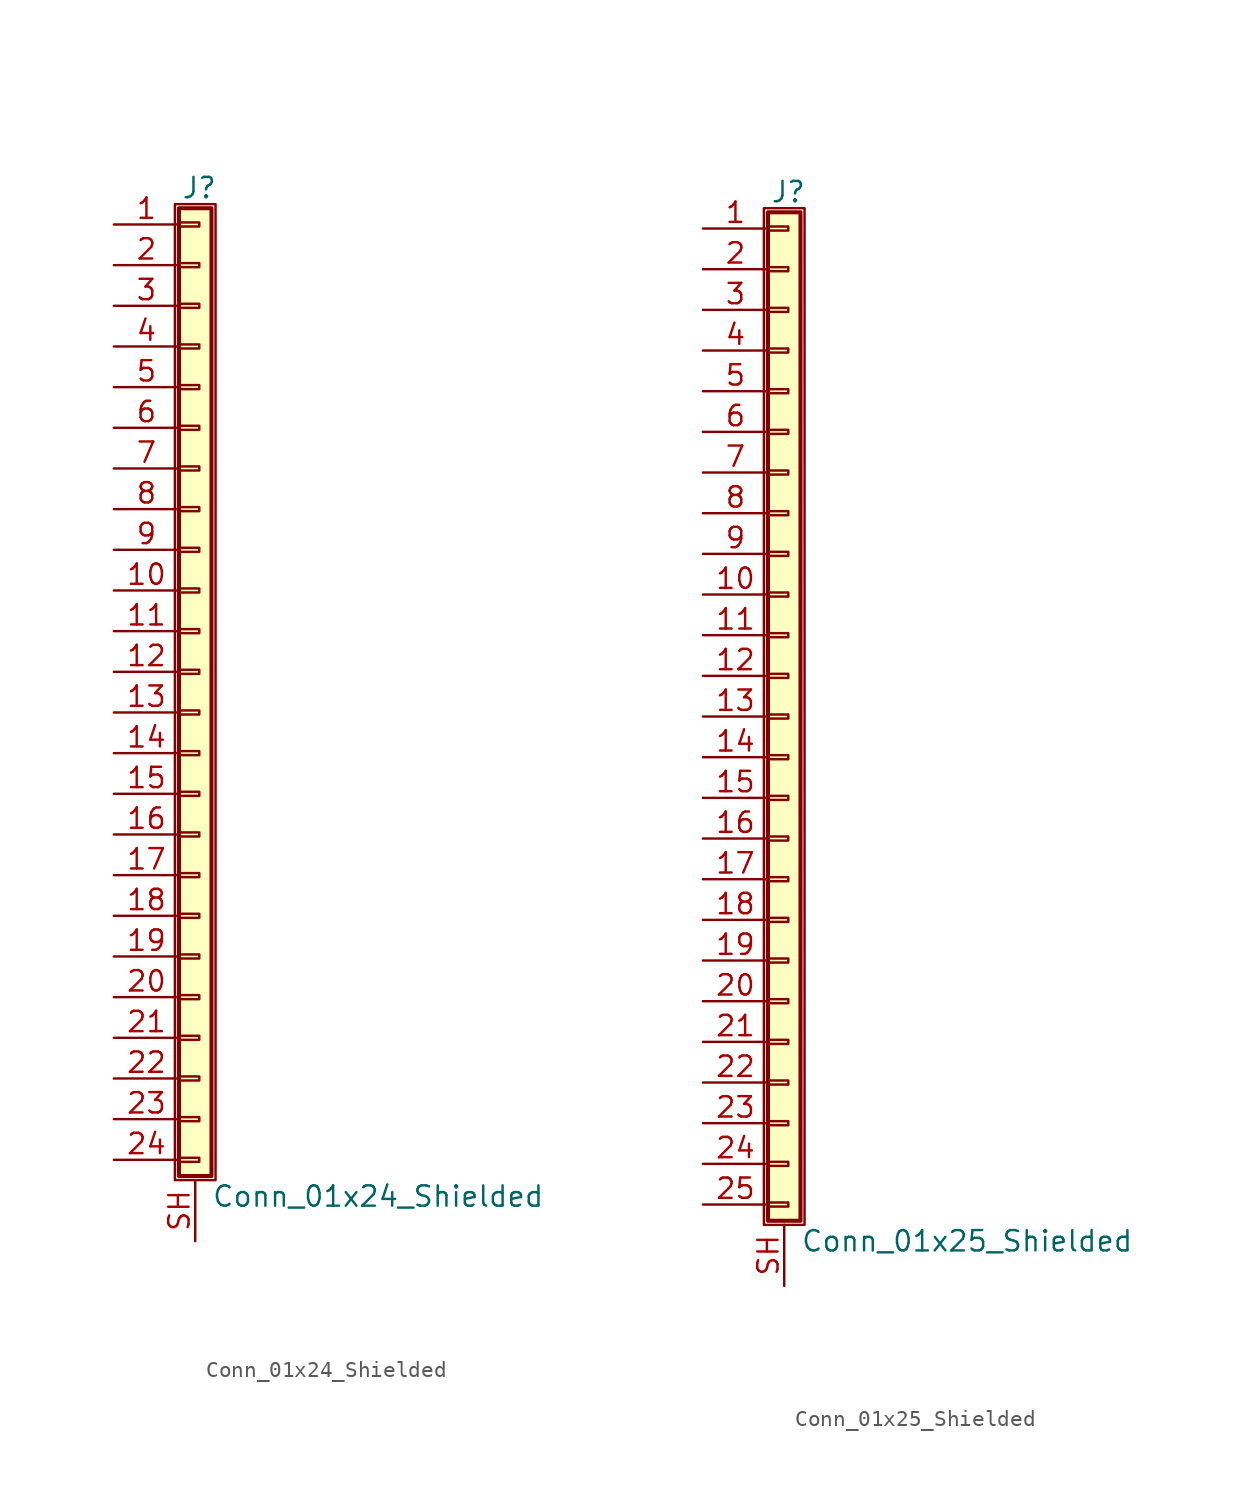
<source format=kicad_sym>
(kicad_symbol_lib
  (version 20211014)
  (generator kicad_symbol_editor)
  (symbol "Conn_01x24_Shielded"
    (pin_names
      (offset 1.016) hide)
    (property "Reference" "J"
      (at 0.254 30.226 0)
      (effects (font (size 1.27 1.27))))
    (property "Value" "Conn_01x24_Shielded"
      (at 1.016 -32.766 0)
      (effects (font (size 1.27 1.27)) (justify left)))
    (symbol "Conn_01x24_Shielded_1_1"
      (rectangle (start -1.27 29.21) (end 1.27 -31.75) (stroke (width 0.152) (type default) (color 0 0 0 0)) (fill (type none)))
      (rectangle (start -1.016 -30.353) (end 0.254 -30.607) (stroke (width 0.152) (type default) (color 0 0 0 0)) (fill (type none)))
      (rectangle (start -1.016 -27.813) (end 0.254 -28.067) (stroke (width 0.152) (type default) (color 0 0 0 0)) (fill (type none)))
      (rectangle (start -1.016 -25.273) (end 0.254 -25.527) (stroke (width 0.152) (type default) (color 0 0 0 0)) (fill (type none)))
      (rectangle (start -1.016 -22.733) (end 0.254 -22.987) (stroke (width 0.152) (type default) (color 0 0 0 0)) (fill (type none)))
      (rectangle (start -1.016 -20.193) (end 0.254 -20.447) (stroke (width 0.152) (type default) (color 0 0 0 0)) (fill (type none)))
      (rectangle (start -1.016 -17.653) (end 0.254 -17.907) (stroke (width 0.152) (type default) (color 0 0 0 0)) (fill (type none)))
      (rectangle (start -1.016 -15.113) (end 0.254 -15.367) (stroke (width 0.152) (type default) (color 0 0 0 0)) (fill (type none)))
      (rectangle (start -1.016 -12.573) (end 0.254 -12.827) (stroke (width 0.152) (type default) (color 0 0 0 0)) (fill (type none)))
      (rectangle (start -1.016 -10.033) (end 0.254 -10.287) (stroke (width 0.152) (type default) (color 0 0 0 0)) (fill (type none)))
      (rectangle (start -1.016 -7.493) (end 0.254 -7.747) (stroke (width 0.152) (type default) (color 0 0 0 0)) (fill (type none)))
      (rectangle (start -1.016 -4.953) (end 0.254 -5.207) (stroke (width 0.152) (type default) (color 0 0 0 0)) (fill (type none)))
      (rectangle (start -1.016 -2.413) (end 0.254 -2.667) (stroke (width 0.152) (type default) (color 0 0 0 0)) (fill (type none)))
      (rectangle (start -1.016 0.127) (end 0.254 -0.127) (stroke (width 0.152) (type default) (color 0 0 0 0)) (fill (type none)))
      (rectangle (start -1.016 2.667) (end 0.254 2.413) (stroke (width 0.152) (type default) (color 0 0 0 0)) (fill (type none)))
      (rectangle (start -1.016 5.207) (end 0.254 4.953) (stroke (width 0.152) (type default) (color 0 0 0 0)) (fill (type none)))
      (rectangle (start -1.016 7.747) (end 0.254 7.493) (stroke (width 0.152) (type default) (color 0 0 0 0)) (fill (type none)))
      (rectangle (start -1.016 10.287) (end 0.254 10.033) (stroke (width 0.152) (type default) (color 0 0 0 0)) (fill (type none)))
      (rectangle (start -1.016 12.827) (end 0.254 12.573) (stroke (width 0.152) (type default) (color 0 0 0 0)) (fill (type none)))
      (rectangle (start -1.016 15.367) (end 0.254 15.113) (stroke (width 0.152) (type default) (color 0 0 0 0)) (fill (type none)))
      (rectangle (start -1.016 17.907) (end 0.254 17.653) (stroke (width 0.152) (type default) (color 0 0 0 0)) (fill (type none)))
      (rectangle (start -1.016 20.447) (end 0.254 20.193) (stroke (width 0.152) (type default) (color 0 0 0 0)) (fill (type none)))
      (rectangle (start -1.016 22.987) (end 0.254 22.733) (stroke (width 0.152) (type default) (color 0 0 0 0)) (fill (type none)))
      (rectangle (start -1.016 25.527) (end 0.254 25.273) (stroke (width 0.152) (type default) (color 0 0 0 0)) (fill (type none)))
      (rectangle (start -1.016 28.067) (end 0.254 27.813) (stroke (width 0.152) (type default) (color 0 0 0 0)) (fill (type none)))
      (rectangle (start -1.016 28.956) (end 1.016 -31.496) (stroke (width 0.254) (type default) (color 0 0 0 0)) (fill (type background)))
      (pin passive line (at -5.08 27.94 0) (length 4.064) (name "Pin_1" (effects (font (size 1.27 1.27)))) (number "1" (effects (font (size 1.27 1.27)))))
      (pin passive line (at -5.08 5.08 0) (length 4.064) (name "Pin_10" (effects (font (size 1.27 1.27)))) (number "10" (effects (font (size 1.27 1.27)))))
      (pin passive line (at -5.08 2.54 0) (length 4.064) (name "Pin_11" (effects (font (size 1.27 1.27)))) (number "11" (effects (font (size 1.27 1.27)))))
      (pin passive line (at -5.08 0 0) (length 4.064) (name "Pin_12" (effects (font (size 1.27 1.27)))) (number "12" (effects (font (size 1.27 1.27)))))
      (pin passive line (at -5.08 -2.54 0) (length 4.064) (name "Pin_13" (effects (font (size 1.27 1.27)))) (number "13" (effects (font (size 1.27 1.27)))))
      (pin passive line (at -5.08 -5.08 0) (length 4.064) (name "Pin_14" (effects (font (size 1.27 1.27)))) (number "14" (effects (font (size 1.27 1.27)))))
      (pin passive line (at -5.08 -7.62 0) (length 4.064) (name "Pin_15" (effects (font (size 1.27 1.27)))) (number "15" (effects (font (size 1.27 1.27)))))
      (pin passive line (at -5.08 -10.16 0) (length 4.064) (name "Pin_16" (effects (font (size 1.27 1.27)))) (number "16" (effects (font (size 1.27 1.27)))))
      (pin passive line (at -5.08 -12.7 0) (length 4.064) (name "Pin_17" (effects (font (size 1.27 1.27)))) (number "17" (effects (font (size 1.27 1.27)))))
      (pin passive line (at -5.08 -15.24 0) (length 4.064) (name "Pin_18" (effects (font (size 1.27 1.27)))) (number "18" (effects (font (size 1.27 1.27)))))
      (pin passive line (at -5.08 -17.78 0) (length 4.064) (name "Pin_19" (effects (font (size 1.27 1.27)))) (number "19" (effects (font (size 1.27 1.27)))))
      (pin passive line (at -5.08 25.4 0) (length 4.064) (name "Pin_2" (effects (font (size 1.27 1.27)))) (number "2" (effects (font (size 1.27 1.27)))))
      (pin passive line (at -5.08 -20.32 0) (length 4.064) (name "Pin_20" (effects (font (size 1.27 1.27)))) (number "20" (effects (font (size 1.27 1.27)))))
      (pin passive line (at -5.08 -22.86 0) (length 4.064) (name "Pin_21" (effects (font (size 1.27 1.27)))) (number "21" (effects (font (size 1.27 1.27)))))
      (pin passive line (at -5.08 -25.4 0) (length 4.064) (name "Pin_22" (effects (font (size 1.27 1.27)))) (number "22" (effects (font (size 1.27 1.27)))))
      (pin passive line (at -5.08 -27.94 0) (length 4.064) (name "Pin_23" (effects (font (size 1.27 1.27)))) (number "23" (effects (font (size 1.27 1.27)))))
      (pin passive line (at -5.08 -30.48 0) (length 4.064) (name "Pin_24" (effects (font (size 1.27 1.27)))) (number "24" (effects (font (size 1.27 1.27)))))
      (pin passive line (at -5.08 22.86 0) (length 4.064) (name "Pin_3" (effects (font (size 1.27 1.27)))) (number "3" (effects (font (size 1.27 1.27)))))
      (pin passive line (at -5.08 20.32 0) (length 4.064) (name "Pin_4" (effects (font (size 1.27 1.27)))) (number "4" (effects (font (size 1.27 1.27)))))
      (pin passive line (at -5.08 17.78 0) (length 4.064) (name "Pin_5" (effects (font (size 1.27 1.27)))) (number "5" (effects (font (size 1.27 1.27)))))
      (pin passive line (at -5.08 15.24 0) (length 4.064) (name "Pin_6" (effects (font (size 1.27 1.27)))) (number "6" (effects (font (size 1.27 1.27)))))
      (pin passive line (at -5.08 12.7 0) (length 4.064) (name "Pin_7" (effects (font (size 1.27 1.27)))) (number "7" (effects (font (size 1.27 1.27)))))
      (pin passive line (at -5.08 10.16 0) (length 4.064) (name "Pin_8" (effects (font (size 1.27 1.27)))) (number "8" (effects (font (size 1.27 1.27)))))
      (pin passive line (at -5.08 7.62 0) (length 4.064) (name "Pin_9" (effects (font (size 1.27 1.27)))) (number "9" (effects (font (size 1.27 1.27)))))
      (pin passive line (at 0 -35.56 90) (length 3.81) (name "Shield" (effects (font (size 1.27 1.27)))) (number "SH" (effects (font (size 1.27 1.27)))))))
  (symbol "Conn_01x25_Shielded"
    (pin_names
      (offset 1.016) hide)
    (property "Reference" "J"
      (at 0.254 32.766 0)
      (effects (font (size 1.27 1.27))))
    (property "Value" "Conn_01x25_Shielded"
      (at 1.016 -32.766 0)
      (effects (font (size 1.27 1.27)) (justify left)))
    (symbol "Conn_01x25_Shielded_1_1"
      (rectangle (start -1.27 31.75) (end 1.27 -31.75) (stroke (width 0.152) (type default) (color 0 0 0 0)) (fill (type none)))
      (rectangle (start -1.016 -30.353) (end 0.254 -30.607) (stroke (width 0.152) (type default) (color 0 0 0 0)) (fill (type none)))
      (rectangle (start -1.016 -27.813) (end 0.254 -28.067) (stroke (width 0.152) (type default) (color 0 0 0 0)) (fill (type none)))
      (rectangle (start -1.016 -25.273) (end 0.254 -25.527) (stroke (width 0.152) (type default) (color 0 0 0 0)) (fill (type none)))
      (rectangle (start -1.016 -22.733) (end 0.254 -22.987) (stroke (width 0.152) (type default) (color 0 0 0 0)) (fill (type none)))
      (rectangle (start -1.016 -20.193) (end 0.254 -20.447) (stroke (width 0.152) (type default) (color 0 0 0 0)) (fill (type none)))
      (rectangle (start -1.016 -17.653) (end 0.254 -17.907) (stroke (width 0.152) (type default) (color 0 0 0 0)) (fill (type none)))
      (rectangle (start -1.016 -15.113) (end 0.254 -15.367) (stroke (width 0.152) (type default) (color 0 0 0 0)) (fill (type none)))
      (rectangle (start -1.016 -12.573) (end 0.254 -12.827) (stroke (width 0.152) (type default) (color 0 0 0 0)) (fill (type none)))
      (rectangle (start -1.016 -10.033) (end 0.254 -10.287) (stroke (width 0.152) (type default) (color 0 0 0 0)) (fill (type none)))
      (rectangle (start -1.016 -7.493) (end 0.254 -7.747) (stroke (width 0.152) (type default) (color 0 0 0 0)) (fill (type none)))
      (rectangle (start -1.016 -4.953) (end 0.254 -5.207) (stroke (width 0.152) (type default) (color 0 0 0 0)) (fill (type none)))
      (rectangle (start -1.016 -2.413) (end 0.254 -2.667) (stroke (width 0.152) (type default) (color 0 0 0 0)) (fill (type none)))
      (rectangle (start -1.016 0.127) (end 0.254 -0.127) (stroke (width 0.152) (type default) (color 0 0 0 0)) (fill (type none)))
      (rectangle (start -1.016 2.667) (end 0.254 2.413) (stroke (width 0.152) (type default) (color 0 0 0 0)) (fill (type none)))
      (rectangle (start -1.016 5.207) (end 0.254 4.953) (stroke (width 0.152) (type default) (color 0 0 0 0)) (fill (type none)))
      (rectangle (start -1.016 7.747) (end 0.254 7.493) (stroke (width 0.152) (type default) (color 0 0 0 0)) (fill (type none)))
      (rectangle (start -1.016 10.287) (end 0.254 10.033) (stroke (width 0.152) (type default) (color 0 0 0 0)) (fill (type none)))
      (rectangle (start -1.016 12.827) (end 0.254 12.573) (stroke (width 0.152) (type default) (color 0 0 0 0)) (fill (type none)))
      (rectangle (start -1.016 15.367) (end 0.254 15.113) (stroke (width 0.152) (type default) (color 0 0 0 0)) (fill (type none)))
      (rectangle (start -1.016 17.907) (end 0.254 17.653) (stroke (width 0.152) (type default) (color 0 0 0 0)) (fill (type none)))
      (rectangle (start -1.016 20.447) (end 0.254 20.193) (stroke (width 0.152) (type default) (color 0 0 0 0)) (fill (type none)))
      (rectangle (start -1.016 22.987) (end 0.254 22.733) (stroke (width 0.152) (type default) (color 0 0 0 0)) (fill (type none)))
      (rectangle (start -1.016 25.527) (end 0.254 25.273) (stroke (width 0.152) (type default) (color 0 0 0 0)) (fill (type none)))
      (rectangle (start -1.016 28.067) (end 0.254 27.813) (stroke (width 0.152) (type default) (color 0 0 0 0)) (fill (type none)))
      (rectangle (start -1.016 30.607) (end 0.254 30.353) (stroke (width 0.152) (type default) (color 0 0 0 0)) (fill (type none)))
      (rectangle (start -1.016 31.496) (end 1.016 -31.496) (stroke (width 0.254) (type default) (color 0 0 0 0)) (fill (type background)))
      (pin passive line (at -5.08 30.48 0) (length 4.064) (name "Pin_1" (effects (font (size 1.27 1.27)))) (number "1" (effects (font (size 1.27 1.27)))))
      (pin passive line (at -5.08 7.62 0) (length 4.064) (name "Pin_10" (effects (font (size 1.27 1.27)))) (number "10" (effects (font (size 1.27 1.27)))))
      (pin passive line (at -5.08 5.08 0) (length 4.064) (name "Pin_11" (effects (font (size 1.27 1.27)))) (number "11" (effects (font (size 1.27 1.27)))))
      (pin passive line (at -5.08 2.54 0) (length 4.064) (name "Pin_12" (effects (font (size 1.27 1.27)))) (number "12" (effects (font (size 1.27 1.27)))))
      (pin passive line (at -5.08 0 0) (length 4.064) (name "Pin_13" (effects (font (size 1.27 1.27)))) (number "13" (effects (font (size 1.27 1.27)))))
      (pin passive line (at -5.08 -2.54 0) (length 4.064) (name "Pin_14" (effects (font (size 1.27 1.27)))) (number "14" (effects (font (size 1.27 1.27)))))
      (pin passive line (at -5.08 -5.08 0) (length 4.064) (name "Pin_15" (effects (font (size 1.27 1.27)))) (number "15" (effects (font (size 1.27 1.27)))))
      (pin passive line (at -5.08 -7.62 0) (length 4.064) (name "Pin_16" (effects (font (size 1.27 1.27)))) (number "16" (effects (font (size 1.27 1.27)))))
      (pin passive line (at -5.08 -10.16 0) (length 4.064) (name "Pin_17" (effects (font (size 1.27 1.27)))) (number "17" (effects (font (size 1.27 1.27)))))
      (pin passive line (at -5.08 -12.7 0) (length 4.064) (name "Pin_18" (effects (font (size 1.27 1.27)))) (number "18" (effects (font (size 1.27 1.27)))))
      (pin passive line (at -5.08 -15.24 0) (length 4.064) (name "Pin_19" (effects (font (size 1.27 1.27)))) (number "19" (effects (font (size 1.27 1.27)))))
      (pin passive line (at -5.08 27.94 0) (length 4.064) (name "Pin_2" (effects (font (size 1.27 1.27)))) (number "2" (effects (font (size 1.27 1.27)))))
      (pin passive line (at -5.08 -17.78 0) (length 4.064) (name "Pin_20" (effects (font (size 1.27 1.27)))) (number "20" (effects (font (size 1.27 1.27)))))
      (pin passive line (at -5.08 -20.32 0) (length 4.064) (name "Pin_21" (effects (font (size 1.27 1.27)))) (number "21" (effects (font (size 1.27 1.27)))))
      (pin passive line (at -5.08 -22.86 0) (length 4.064) (name "Pin_22" (effects (font (size 1.27 1.27)))) (number "22" (effects (font (size 1.27 1.27)))))
      (pin passive line (at -5.08 -25.4 0) (length 4.064) (name "Pin_23" (effects (font (size 1.27 1.27)))) (number "23" (effects (font (size 1.27 1.27)))))
      (pin passive line (at -5.08 -27.94 0) (length 4.064) (name "Pin_24" (effects (font (size 1.27 1.27)))) (number "24" (effects (font (size 1.27 1.27)))))
      (pin passive line (at -5.08 -30.48 0) (length 4.064) (name "Pin_25" (effects (font (size 1.27 1.27)))) (number "25" (effects (font (size 1.27 1.27)))))
      (pin passive line (at -5.08 25.4 0) (length 4.064) (name "Pin_3" (effects (font (size 1.27 1.27)))) (number "3" (effects (font (size 1.27 1.27)))))
      (pin passive line (at -5.08 22.86 0) (length 4.064) (name "Pin_4" (effects (font (size 1.27 1.27)))) (number "4" (effects (font (size 1.27 1.27)))))
      (pin passive line (at -5.08 20.32 0) (length 4.064) (name "Pin_5" (effects (font (size 1.27 1.27)))) (number "5" (effects (font (size 1.27 1.27)))))
      (pin passive line (at -5.08 17.78 0) (length 4.064) (name "Pin_6" (effects (font (size 1.27 1.27)))) (number "6" (effects (font (size 1.27 1.27)))))
      (pin passive line (at -5.08 15.24 0) (length 4.064) (name "Pin_7" (effects (font (size 1.27 1.27)))) (number "7" (effects (font (size 1.27 1.27)))))
      (pin passive line (at -5.08 12.7 0) (length 4.064) (name "Pin_8" (effects (font (size 1.27 1.27)))) (number "8" (effects (font (size 1.27 1.27)))))
      (pin passive line (at -5.08 10.16 0) (length 4.064) (name "Pin_9" (effects (font (size 1.27 1.27)))) (number "9" (effects (font (size 1.27 1.27)))))
      (pin passive line (at 0 -35.56 90) (length 3.81) (name "Shield" (effects (font (size 1.27 1.27)))) (number "SH" (effects (font (size 1.27 1.27))))))))
</source>
